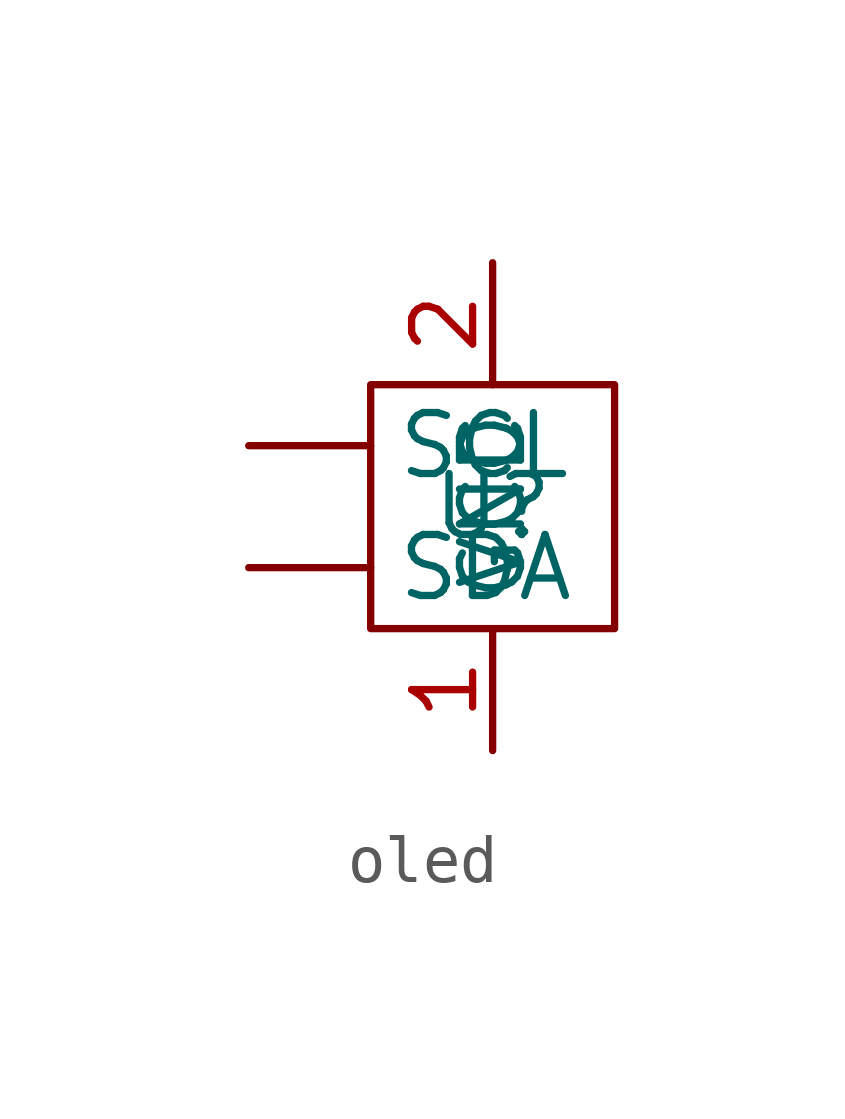
<source format=kicad_sym>
(kicad_symbol_lib
  (version 20231120)
  (generator "kicad_symbol_editor")
  (generator_version "8.0")
  (symbol "oled"
    (property "Reference" "U"
      (at 0 0 0)
      (effects (font (size 1.27 1.27))))
    (property "Value" ""
      (at 0 0 0)
      (effects (font (size 1.27 1.27))))
    (symbol "oled_0_1"
      (rectangle (start -2.54 2.54) (end 2.54 -2.54) (stroke (width 0) (type default)) (fill (type none))))
    (symbol "oled_1_1"
      (pin bidirectional line (at -5.08 1.27 0) (length 2.54) (name "SCL" (effects (font (size 1.27 1.27)))) (number "" (effects (font (size 1.27 1.27)))))
      (pin input line (at -5.08 -1.27 0) (length 2.54) (name "SDA" (effects (font (size 1.27 1.27)))) (number "" (effects (font (size 1.27 1.27)))))
      (pin power_out line (at 0 -5.08 90) (length 2.54) (name "GND" (effects (font (size 1.27 1.27)))) (number "1" (effects (font (size 1.27 1.27)))))
      (pin power_in line (at 0 5.08 270) (length 2.54) (name "VCC" (effects (font (size 1.27 1.27)))) (number "2" (effects (font (size 1.27 1.27))))))))
</source>
